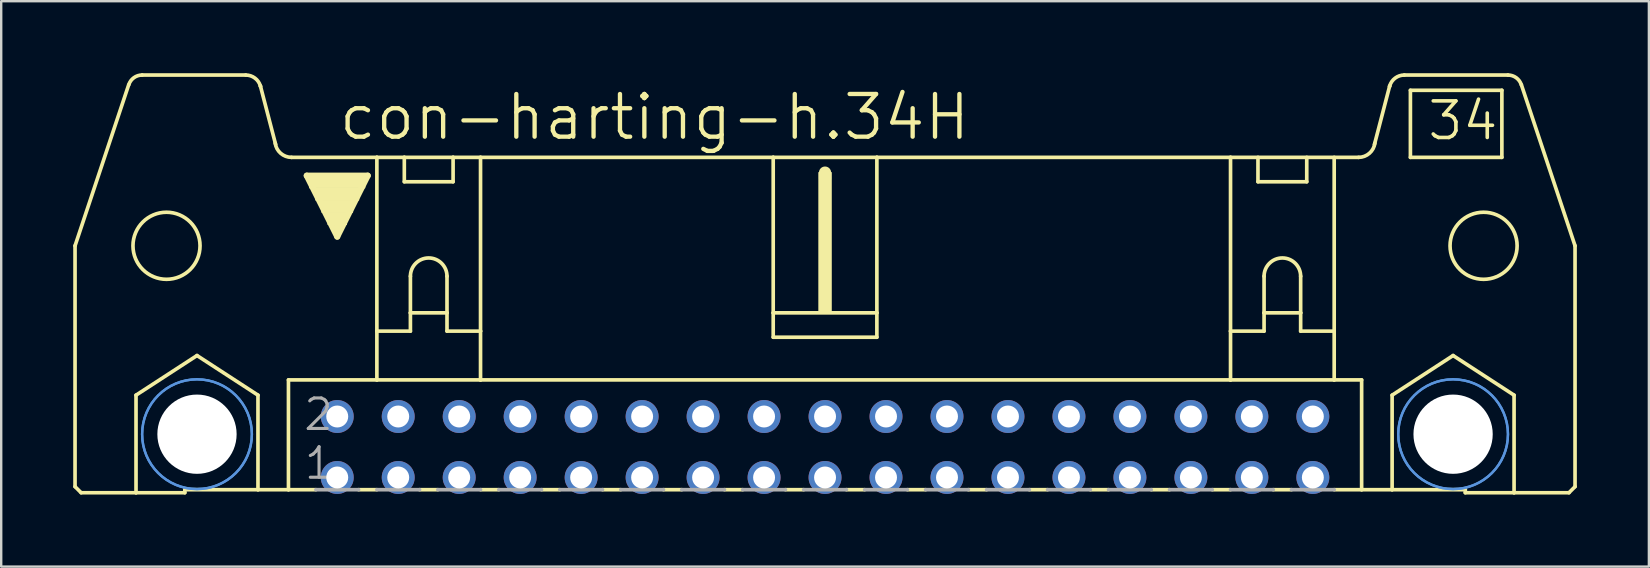
<source format=kicad_pcb>
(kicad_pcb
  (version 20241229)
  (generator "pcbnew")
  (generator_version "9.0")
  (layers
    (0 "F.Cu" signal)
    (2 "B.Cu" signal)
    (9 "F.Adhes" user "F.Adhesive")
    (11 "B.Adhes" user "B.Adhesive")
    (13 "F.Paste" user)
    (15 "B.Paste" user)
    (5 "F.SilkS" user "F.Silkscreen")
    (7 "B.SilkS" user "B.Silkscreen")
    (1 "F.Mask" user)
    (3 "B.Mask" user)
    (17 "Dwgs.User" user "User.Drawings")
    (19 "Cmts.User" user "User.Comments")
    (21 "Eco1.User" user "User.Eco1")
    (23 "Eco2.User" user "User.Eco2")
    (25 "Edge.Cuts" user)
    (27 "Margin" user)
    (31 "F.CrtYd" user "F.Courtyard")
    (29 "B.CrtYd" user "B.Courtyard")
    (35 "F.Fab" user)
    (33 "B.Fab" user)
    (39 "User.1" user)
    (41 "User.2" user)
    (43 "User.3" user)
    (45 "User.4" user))
  (footprint "con-harting-h.34H"
    (layer "F.Cu")
    (at 31.318 15.57)
    (property "Reference" "con-harting-h.34H" (at -20.345 -12.7 0) (layer "F.SilkS") (effects (font (size 1.778 1.778) (thickness 0.18)) (justify left bottom)))
    (attr through_hole)
    (fp_line (start -31.242 1.651) (end -31.242 -8.382) (stroke (width 0.152) (type default)) (layer "F.SilkS"))
    (fp_line (start -31.242 1.651) (end -30.988 1.905) (stroke (width 0.152) (type default)) (layer "F.SilkS"))
    (fp_line (start -30.988 1.905) (end -28.702 1.905) (stroke (width 0.152) (type default)) (layer "F.SilkS"))
    (fp_line (start -29.007 -15.088) (end -31.242 -8.382) (stroke (width 0.152) (type default)) (layer "F.SilkS"))
    (fp_line (start -28.702 -2.159) (end -26.162 -3.81) (stroke (width 0.152) (type default)) (layer "F.SilkS"))
    (fp_line (start -28.702 1.905) (end -28.702 -2.159) (stroke (width 0.152) (type default)) (layer "F.SilkS"))
    (fp_line (start -28.702 1.905) (end -26.67 1.905) (stroke (width 0.152) (type default)) (layer "F.SilkS"))
    (fp_line (start -26.67 1.778) (end -26.67 1.905) (stroke (width 0.152) (type default)) (layer "F.SilkS"))
    (fp_line (start -26.67 1.778) (end -23.622 1.778) (stroke (width 0.152) (type default)) (layer "F.SilkS"))
    (fp_line (start -26.162 -3.81) (end -23.622 -2.159) (stroke (width 0.152) (type default)) (layer "F.SilkS"))
    (fp_line (start -24.13 -15.494) (end -28.448 -15.494) (stroke (width 0.152) (type default)) (layer "F.SilkS"))
    (fp_line (start -23.622 1.778) (end -23.622 -2.159) (stroke (width 0.152) (type default)) (layer "F.SilkS"))
    (fp_line (start -23.622 1.778) (end -22.352 1.778) (stroke (width 0.152) (type default)) (layer "F.SilkS"))
    (fp_line (start -22.885 -12.598) (end -23.52 -15.037) (stroke (width 0.152) (type default)) (layer "F.SilkS"))
    (fp_line (start -22.352 -2.794) (end -22.352 1.778) (stroke (width 0.152) (type default)) (layer "F.SilkS"))
    (fp_line (start -22.352 1.778) (end -21.209 1.778) (stroke (width 0.152) (type default)) (layer "F.SilkS"))
    (fp_line (start -22.225 -12.065) (end -18.669 -12.065) (stroke (width 0.152) (type default)) (layer "F.SilkS"))
    (fp_line (start -21.59 -11.303) (end -19.05 -11.303) (stroke (width 0.254) (type default)) (layer "F.SilkS"))
    (fp_line (start -20.32 -8.763) (end -21.59 -11.303) (stroke (width 0.254) (type default)) (layer "F.SilkS"))
    (fp_line (start -19.431 1.778) (end -18.669 1.778) (stroke (width 0.152) (type default)) (layer "F.SilkS"))
    (fp_line (start -19.05 -11.303) (end -20.32 -8.763) (stroke (width 0.254) (type default)) (layer "F.SilkS"))
    (fp_line (start -18.669 -12.065) (end -17.526 -12.065) (stroke (width 0.152) (type default)) (layer "F.SilkS"))
    (fp_line (start -18.669 -4.826) (end -18.669 -12.065) (stroke (width 0.152) (type default)) (layer "F.SilkS"))
    (fp_line (start -18.669 -4.826) (end -18.669 -2.794) (stroke (width 0.152) (type default)) (layer "F.SilkS"))
    (fp_line (start -18.669 -4.826) (end -17.272 -4.826) (stroke (width 0.152) (type default)) (layer "F.SilkS"))
    (fp_line (start -18.669 -2.794) (end -22.352 -2.794) (stroke (width 0.152) (type default)) (layer "F.SilkS"))
    (fp_line (start -17.526 -12.065) (end -15.494 -12.065) (stroke (width 0.152) (type default)) (layer "F.SilkS"))
    (fp_line (start -17.526 -11.049) (end -17.526 -12.065) (stroke (width 0.152) (type default)) (layer "F.SilkS"))
    (fp_line (start -17.526 -11.049) (end -15.494 -11.049) (stroke (width 0.152) (type default)) (layer "F.SilkS"))
    (fp_line (start -17.272 -7.112) (end -17.272 -5.588) (stroke (width 0.152) (type default)) (layer "F.SilkS"))
    (fp_line (start -17.272 -5.588) (end -17.272 -4.826) (stroke (width 0.152) (type default)) (layer "F.SilkS"))
    (fp_line (start -17.272 -5.588) (end -15.748 -5.588) (stroke (width 0.152) (type default)) (layer "F.SilkS"))
    (fp_line (start -16.891 1.778) (end -16.129 1.778) (stroke (width 0.152) (type default)) (layer "F.SilkS"))
    (fp_line (start -15.748 -7.112) (end -15.748 -5.588) (stroke (width 0.152) (type default)) (layer "F.SilkS"))
    (fp_line (start -15.748 -5.588) (end -15.748 -4.826) (stroke (width 0.152) (type default)) (layer "F.SilkS"))
    (fp_line (start -15.748 -4.826) (end -14.351 -4.826) (stroke (width 0.152) (type default)) (layer "F.SilkS"))
    (fp_line (start -15.494 -12.065) (end -15.494 -11.049) (stroke (width 0.152) (type default)) (layer "F.SilkS"))
    (fp_line (start -15.494 -12.065) (end -14.351 -12.065) (stroke (width 0.152) (type default)) (layer "F.SilkS"))
    (fp_line (start -14.351 -12.065) (end -2.159 -12.065) (stroke (width 0.152) (type default)) (layer "F.SilkS"))
    (fp_line (start -14.351 -4.826) (end -14.351 -12.065) (stroke (width 0.152) (type default)) (layer "F.SilkS"))
    (fp_line (start -14.351 -4.826) (end -14.351 -2.794) (stroke (width 0.152) (type default)) (layer "F.SilkS"))
    (fp_line (start -14.351 -2.794) (end -18.669 -2.794) (stroke (width 0.152) (type default)) (layer "F.SilkS"))
    (fp_line (start -14.351 1.778) (end -13.589 1.778) (stroke (width 0.152) (type default)) (layer "F.SilkS"))
    (fp_line (start -11.811 1.778) (end -11.049 1.778) (stroke (width 0.152) (type default)) (layer "F.SilkS"))
    (fp_line (start -9.271 1.778) (end -8.509 1.778) (stroke (width 0.152) (type default)) (layer "F.SilkS"))
    (fp_line (start -6.731 1.778) (end -5.969 1.778) (stroke (width 0.152) (type default)) (layer "F.SilkS"))
    (fp_line (start -4.191 1.778) (end -3.429 1.778) (stroke (width 0.152) (type default)) (layer "F.SilkS"))
    (fp_line (start -2.159 -12.065) (end -2.159 -5.588) (stroke (width 0.152) (type default)) (layer "F.SilkS"))
    (fp_line (start -2.159 -12.065) (end 2.159 -12.065) (stroke (width 0.152) (type default)) (layer "F.SilkS"))
    (fp_line (start -2.159 -5.588) (end -2.159 -4.572) (stroke (width 0.152) (type default)) (layer "F.SilkS"))
    (fp_line (start -1.651 1.778) (end -0.889 1.778) (stroke (width 0.152) (type default)) (layer "F.SilkS"))
    (fp_line (start 0 -11.176) (end 0 -11.43) (stroke (width 0.508) (type default)) (layer "F.SilkS"))
    (fp_line (start 0.889 1.778) (end 1.651 1.778) (stroke (width 0.152) (type default)) (layer "F.SilkS"))
    (fp_line (start 2.159 -12.065) (end 2.159 -5.588) (stroke (width 0.152) (type default)) (layer "F.SilkS"))
    (fp_line (start 2.159 -12.065) (end 16.891 -12.065) (stroke (width 0.152) (type default)) (layer "F.SilkS"))
    (fp_line (start 2.159 -5.588) (end -2.159 -5.588) (stroke (width 0.152) (type default)) (layer "F.SilkS"))
    (fp_line (start 2.159 -5.588) (end 2.159 -4.572) (stroke (width 0.152) (type default)) (layer "F.SilkS"))
    (fp_line (start 2.159 -4.572) (end -2.159 -4.572) (stroke (width 0.152) (type default)) (layer "F.SilkS"))
    (fp_line (start 3.429 1.778) (end 4.191 1.778) (stroke (width 0.152) (type default)) (layer "F.SilkS"))
    (fp_line (start 5.969 1.778) (end 6.731 1.778) (stroke (width 0.152) (type default)) (layer "F.SilkS"))
    (fp_line (start 8.509 1.778) (end 9.271 1.778) (stroke (width 0.152) (type default)) (layer "F.SilkS"))
    (fp_line (start 11.049 1.778) (end 11.811 1.778) (stroke (width 0.152) (type default)) (layer "F.SilkS"))
    (fp_line (start 13.589 1.778) (end 14.351 1.778) (stroke (width 0.152) (type default)) (layer "F.SilkS"))
    (fp_line (start 16.129 1.778) (end 16.891 1.778) (stroke (width 0.152) (type default)) (layer "F.SilkS"))
    (fp_line (start 16.891 -12.065) (end 22.225 -12.065) (stroke (width 0.152) (type default)) (layer "F.SilkS"))
    (fp_line (start 16.891 -4.826) (end 16.891 -12.065) (stroke (width 0.152) (type default)) (layer "F.SilkS"))
    (fp_line (start 16.891 -4.826) (end 16.891 -2.794) (stroke (width 0.152) (type default)) (layer "F.SilkS"))
    (fp_line (start 16.891 -4.826) (end 18.288 -4.826) (stroke (width 0.152) (type default)) (layer "F.SilkS"))
    (fp_line (start 16.891 -2.794) (end -14.351 -2.794) (stroke (width 0.152) (type default)) (layer "F.SilkS"))
    (fp_line (start 18.034 -11.049) (end 18.034 -12.065) (stroke (width 0.152) (type default)) (layer "F.SilkS"))
    (fp_line (start 18.034 -11.049) (end 20.066 -11.049) (stroke (width 0.152) (type default)) (layer "F.SilkS"))
    (fp_line (start 18.288 -7.112) (end 18.288 -5.588) (stroke (width 0.152) (type default)) (layer "F.SilkS"))
    (fp_line (start 18.288 -5.588) (end 18.288 -4.826) (stroke (width 0.152) (type default)) (layer "F.SilkS"))
    (fp_line (start 18.288 -5.588) (end 19.812 -5.588) (stroke (width 0.152) (type default)) (layer "F.SilkS"))
    (fp_line (start 18.669 1.778) (end 19.431 1.778) (stroke (width 0.152) (type default)) (layer "F.SilkS"))
    (fp_line (start 19.812 -7.112) (end 19.812 -5.588) (stroke (width 0.152) (type default)) (layer "F.SilkS"))
    (fp_line (start 19.812 -5.588) (end 19.812 -4.826) (stroke (width 0.152) (type default)) (layer "F.SilkS"))
    (fp_line (start 19.812 -4.826) (end 21.209 -4.826) (stroke (width 0.152) (type default)) (layer "F.SilkS"))
    (fp_line (start 20.066 -12.065) (end 20.066 -11.049) (stroke (width 0.152) (type default)) (layer "F.SilkS"))
    (fp_line (start 21.209 -4.826) (end 21.209 -12.065) (stroke (width 0.152) (type default)) (layer "F.SilkS"))
    (fp_line (start 21.209 -4.826) (end 21.209 -2.794) (stroke (width 0.152) (type default)) (layer "F.SilkS"))
    (fp_line (start 21.209 -2.794) (end 16.891 -2.794) (stroke (width 0.152) (type default)) (layer "F.SilkS"))
    (fp_line (start 22.352 -2.794) (end 21.209 -2.794) (stroke (width 0.152) (type default)) (layer "F.SilkS"))
    (fp_line (start 22.352 -2.794) (end 22.352 1.778) (stroke (width 0.152) (type default)) (layer "F.SilkS"))
    (fp_line (start 22.352 1.778) (end 21.209 1.778) (stroke (width 0.152) (type default)) (layer "F.SilkS"))
    (fp_line (start 22.885 -12.598) (end 23.52 -15.037) (stroke (width 0.152) (type default)) (layer "F.SilkS"))
    (fp_line (start 23.622 -2.159) (end 26.162 -3.81) (stroke (width 0.152) (type default)) (layer "F.SilkS"))
    (fp_line (start 23.622 1.778) (end 22.352 1.778) (stroke (width 0.152) (type default)) (layer "F.SilkS"))
    (fp_line (start 23.622 1.778) (end 23.622 -2.159) (stroke (width 0.152) (type default)) (layer "F.SilkS"))
    (fp_line (start 24.13 -15.494) (end 28.448 -15.494) (stroke (width 0.152) (type default)) (layer "F.SilkS"))
    (fp_line (start 24.384 -14.859) (end 24.384 -12.065) (stroke (width 0.152) (type default)) (layer "F.SilkS"))
    (fp_line (start 24.384 -12.065) (end 28.194 -12.065) (stroke (width 0.152) (type default)) (layer "F.SilkS"))
    (fp_line (start 26.162 -3.81) (end 28.702 -2.159) (stroke (width 0.152) (type default)) (layer "F.SilkS"))
    (fp_line (start 26.67 1.778) (end 23.622 1.778) (stroke (width 0.152) (type default)) (layer "F.SilkS"))
    (fp_line (start 26.67 1.778) (end 26.67 1.905) (stroke (width 0.152) (type default)) (layer "F.SilkS"))
    (fp_line (start 28.194 -14.859) (end 24.384 -14.859) (stroke (width 0.152) (type default)) (layer "F.SilkS"))
    (fp_line (start 28.194 -14.859) (end 28.194 -12.065) (stroke (width 0.152) (type default)) (layer "F.SilkS"))
    (fp_line (start 28.702 1.905) (end 26.67 1.905) (stroke (width 0.152) (type default)) (layer "F.SilkS"))
    (fp_line (start 28.702 1.905) (end 28.702 -2.159) (stroke (width 0.152) (type default)) (layer "F.SilkS"))
    (fp_line (start 29.007 -15.088) (end 31.242 -8.382) (stroke (width 0.152) (type default)) (layer "F.SilkS"))
    (fp_line (start 30.988 1.905) (end 28.702 1.905) (stroke (width 0.152) (type default)) (layer "F.SilkS"))
    (fp_line (start 31.242 1.651) (end 30.988 1.905) (stroke (width 0.152) (type default)) (layer "F.SilkS"))
    (fp_line (start 31.242 1.651) (end 31.242 -8.382) (stroke (width 0.152) (type default)) (layer "F.SilkS"))
    (fp_rect (start -21.463 -10.795) (end -19.177 -11.303) (stroke (width 0.05) (type default)) (fill yes) (layer "F.SilkS"))
    (fp_rect (start -21.209 -10.287) (end -19.431 -10.795) (stroke (width 0.05) (type default)) (fill yes) (layer "F.SilkS"))
    (fp_rect (start -20.955 -9.779) (end -19.685 -10.287) (stroke (width 0.05) (type default)) (fill yes) (layer "F.SilkS"))
    (fp_rect (start -20.701 -9.271) (end -19.939 -9.779) (stroke (width 0.05) (type default)) (fill yes) (layer "F.SilkS"))
    (fp_rect (start -20.447 -9.017) (end -20.193 -9.271) (stroke (width 0.05) (type default)) (fill yes) (layer "F.SilkS"))
    (fp_rect (start -0.254 -5.588) (end 0.254 -11.43) (stroke (width 0.05) (type default)) (fill yes) (layer "F.SilkS"))
    (fp_arc (start -29.0044 -15.0878) (mid -28.792454 -15.38168) (end -28.448 -15.4941) (stroke (width 0.1524) (type default)) (layer "F.SilkS"))
    (fp_arc (start -24.13 -15.494) (mid -23.749 -15.367) (end -23.5204 -15.0368) (stroke (width 0.1524) (type default)) (layer "F.SilkS"))
    (fp_arc (start -23.5204 -15.0368) (mid -23.517084 -15.024931) (end -23.514 -15.013) (stroke (width 0.1524) (type default)) (layer "F.SilkS"))
    (fp_arc (start -22.225 -12.065) (mid -22.676774 -12.234824) (end -22.9048 -12.6602) (stroke (width 0.1524) (type default)) (layer "F.SilkS"))
    (fp_arc (start -17.272 -7.112) (mid -16.51 -7.874) (end -15.748 -7.112) (stroke (width 0.1524) (type default)) (layer "F.SilkS"))
    (fp_arc (start 18.288 -7.112) (mid 19.05 -7.874) (end 19.812 -7.112) (stroke (width 0.1524) (type default)) (layer "F.SilkS"))
    (fp_arc (start 22.9048 -12.6602) (mid 22.676774 -12.234824) (end 22.225 -12.065) (stroke (width 0.1524) (type default)) (layer "F.SilkS"))
    (fp_arc (start 23.514 -15.013) (mid 23.517084 -15.024931) (end 23.5204 -15.0368) (stroke (width 0.1524) (type default)) (layer "F.SilkS"))
    (fp_arc (start 23.5204 -15.0368) (mid 23.749 -15.367) (end 24.13 -15.494) (stroke (width 0.1524) (type default)) (layer "F.SilkS"))
    (fp_arc (start 28.448 -15.494) (mid 28.792385 -15.38161) (end 29.0043 -15.0878) (stroke (width 0.1524) (type default)) (layer "F.SilkS"))
    (fp_circle (center -27.432 -8.382) (end -26.035 -8.382) (stroke (width 0.152) (type default)) (fill no) (layer "F.SilkS"))
    (fp_circle (center -26.162 -0.533) (end -24.841 -0.533) (stroke (width 0.152) (type default)) (fill no) (layer "F.SilkS"))
    (fp_circle (center 26.162 -0.533) (end 27.483 -0.533) (stroke (width 0.152) (type default)) (fill no) (layer "F.SilkS"))
    (fp_circle (center 27.432 -8.382) (end 28.829 -8.382) (stroke (width 0.152) (type default)) (fill no) (layer "F.SilkS"))
    (fp_circle (center -26.162 -0.533) (end -23.876 -0.533) (stroke (width 0.1) (type default)) (fill no) (layer "Cmts.User"))
    (fp_circle (center -26.162 -0.533) (end -23.876 -0.533) (stroke (width 0.1) (type default)) (fill no) (layer "Cmts.User"))
    (fp_circle (center 26.162 -0.533) (end 28.448 -0.533) (stroke (width 0.1) (type default)) (fill no) (layer "Cmts.User"))
    (fp_circle (center 26.162 -0.533) (end 28.448 -0.533) (stroke (width 0.1) (type default)) (fill no) (layer "Cmts.User"))
    (fp_line (start -21.209 1.778) (end -19.431 1.778) (stroke (width 0.152) (type default)) (layer "F.Fab"))
    (fp_line (start -18.669 1.778) (end -16.891 1.778) (stroke (width 0.152) (type default)) (layer "F.Fab"))
    (fp_line (start -16.129 1.778) (end -14.351 1.778) (stroke (width 0.152) (type default)) (layer "F.Fab"))
    (fp_line (start -13.589 1.778) (end -11.811 1.778) (stroke (width 0.152) (type default)) (layer "F.Fab"))
    (fp_line (start -11.049 1.778) (end -9.271 1.778) (stroke (width 0.152) (type default)) (layer "F.Fab"))
    (fp_line (start -8.509 1.778) (end -6.731 1.778) (stroke (width 0.152) (type default)) (layer "F.Fab"))
    (fp_line (start -5.969 1.778) (end -4.191 1.778) (stroke (width 0.152) (type default)) (layer "F.Fab"))
    (fp_line (start -3.429 1.778) (end -1.651 1.778) (stroke (width 0.152) (type default)) (layer "F.Fab"))
    (fp_line (start -0.889 1.778) (end 0.889 1.778) (stroke (width 0.152) (type default)) (layer "F.Fab"))
    (fp_line (start 1.651 1.778) (end 3.429 1.778) (stroke (width 0.152) (type default)) (layer "F.Fab"))
    (fp_line (start 4.191 1.778) (end 5.969 1.778) (stroke (width 0.152) (type default)) (layer "F.Fab"))
    (fp_line (start 6.731 1.778) (end 8.509 1.778) (stroke (width 0.152) (type default)) (layer "F.Fab"))
    (fp_line (start 9.271 1.778) (end 11.049 1.778) (stroke (width 0.152) (type default)) (layer "F.Fab"))
    (fp_line (start 11.811 1.778) (end 13.589 1.778) (stroke (width 0.152) (type default)) (layer "F.Fab"))
    (fp_line (start 16.129 1.778) (end 14.351 1.778) (stroke (width 0.152) (type default)) (layer "F.Fab"))
    (fp_line (start 18.669 1.778) (end 16.891 1.778) (stroke (width 0.152) (type default)) (layer "F.Fab"))
    (fp_line (start 21.209 1.778) (end 19.431 1.778) (stroke (width 0.152) (type default)) (layer "F.Fab"))
    (fp_text user "34" (at 25.019 -12.7 0) (layer "F.SilkS") (effects (font (size 1.524 1.524) (thickness 0.15)) (justify left bottom)))
    (fp_text user "1" (at -21.768 1.422 0) (layer "F.Fab") (effects (font (size 1.27 1.27) (thickness 0.13)) (justify left bottom)))
    (fp_text user "2" (at -21.793 -0.61 0) (layer "F.Fab") (effects (font (size 1.27 1.27) (thickness 0.13)) (justify left bottom)))
    (pad "" np_thru_hole circle (at -26.162 -0.533) (size 3.302 3.302) (drill 3.302) (layers "*.Cu" "*.Mask"))
    (pad "" np_thru_hole circle (at 26.162 -0.533) (size 3.302 3.302) (drill 3.302) (layers "*.Cu" "*.Mask"))
    (pad "1" thru_hole circle (at -20.32 1.27) (size 1.372 1.372) (drill 0.914) (layers "*.Cu" "*.Mask"))
    (pad "2" thru_hole circle (at -20.32 -1.27) (size 1.372 1.372) (drill 0.914) (layers "*.Cu" "*.Mask"))
    (pad "3" thru_hole circle (at -17.78 1.27) (size 1.372 1.372) (drill 0.914) (layers "*.Cu" "*.Mask"))
    (pad "4" thru_hole circle (at -17.78 -1.27) (size 1.372 1.372) (drill 0.914) (layers "*.Cu" "*.Mask"))
    (pad "5" thru_hole circle (at -15.24 1.27) (size 1.372 1.372) (drill 0.914) (layers "*.Cu" "*.Mask"))
    (pad "6" thru_hole circle (at -15.24 -1.27) (size 1.372 1.372) (drill 0.914) (layers "*.Cu" "*.Mask"))
    (pad "7" thru_hole circle (at -12.7 1.27) (size 1.372 1.372) (drill 0.914) (layers "*.Cu" "*.Mask"))
    (pad "8" thru_hole circle (at -12.7 -1.27) (size 1.372 1.372) (drill 0.914) (layers "*.Cu" "*.Mask"))
    (pad "9" thru_hole circle (at -10.16 1.27) (size 1.372 1.372) (drill 0.914) (layers "*.Cu" "*.Mask"))
    (pad "10" thru_hole circle (at -10.16 -1.27) (size 1.372 1.372) (drill 0.914) (layers "*.Cu" "*.Mask"))
    (pad "11" thru_hole circle (at -7.62 1.27) (size 1.372 1.372) (drill 0.914) (layers "*.Cu" "*.Mask"))
    (pad "12" thru_hole circle (at -7.62 -1.27) (size 1.372 1.372) (drill 0.914) (layers "*.Cu" "*.Mask"))
    (pad "13" thru_hole circle (at -5.08 1.27) (size 1.372 1.372) (drill 0.914) (layers "*.Cu" "*.Mask"))
    (pad "14" thru_hole circle (at -5.08 -1.27) (size 1.372 1.372) (drill 0.914) (layers "*.Cu" "*.Mask"))
    (pad "15" thru_hole circle (at -2.54 1.27) (size 1.372 1.372) (drill 0.914) (layers "*.Cu" "*.Mask"))
    (pad "16" thru_hole circle (at -2.54 -1.27) (size 1.372 1.372) (drill 0.914) (layers "*.Cu" "*.Mask"))
    (pad "17" thru_hole circle (at 0 1.27) (size 1.372 1.372) (drill 0.914) (layers "*.Cu" "*.Mask"))
    (pad "18" thru_hole circle (at 0 -1.27) (size 1.372 1.372) (drill 0.914) (layers "*.Cu" "*.Mask"))
    (pad "19" thru_hole circle (at 2.54 1.27) (size 1.372 1.372) (drill 0.914) (layers "*.Cu" "*.Mask"))
    (pad "20" thru_hole circle (at 2.54 -1.27) (size 1.372 1.372) (drill 0.914) (layers "*.Cu" "*.Mask"))
    (pad "21" thru_hole circle (at 5.08 1.27) (size 1.372 1.372) (drill 0.914) (layers "*.Cu" "*.Mask"))
    (pad "22" thru_hole circle (at 5.08 -1.27) (size 1.372 1.372) (drill 0.914) (layers "*.Cu" "*.Mask"))
    (pad "23" thru_hole circle (at 7.62 1.27) (size 1.372 1.372) (drill 0.914) (layers "*.Cu" "*.Mask"))
    (pad "24" thru_hole circle (at 7.62 -1.27) (size 1.372 1.372) (drill 0.914) (layers "*.Cu" "*.Mask"))
    (pad "25" thru_hole circle (at 10.16 1.27) (size 1.372 1.372) (drill 0.914) (layers "*.Cu" "*.Mask"))
    (pad "26" thru_hole circle (at 10.16 -1.27) (size 1.372 1.372) (drill 0.914) (layers "*.Cu" "*.Mask"))
    (pad "27" thru_hole circle (at 12.7 1.27) (size 1.372 1.372) (drill 0.914) (layers "*.Cu" "*.Mask"))
    (pad "28" thru_hole circle (at 12.7 -1.27) (size 1.372 1.372) (drill 0.914) (layers "*.Cu" "*.Mask"))
    (pad "29" thru_hole circle (at 15.24 1.27) (size 1.372 1.372) (drill 0.914) (layers "*.Cu" "*.Mask"))
    (pad "30" thru_hole circle (at 15.24 -1.27) (size 1.372 1.372) (drill 0.914) (layers "*.Cu" "*.Mask"))
    (pad "31" thru_hole circle (at 17.78 1.27) (size 1.372 1.372) (drill 0.914) (layers "*.Cu" "*.Mask"))
    (pad "32" thru_hole circle (at 17.78 -1.27) (size 1.372 1.372) (drill 0.914) (layers "*.Cu" "*.Mask"))
    (pad "33" thru_hole circle (at 20.32 1.27) (size 1.372 1.372) (drill 0.914) (layers "*.Cu" "*.Mask"))
    (pad "34" thru_hole circle (at 20.32 -1.27) (size 1.372 1.372) (drill 0.914) (layers "*.Cu" "*.Mask")))
  (gr_rect
    (start -3 -3)
    (end 65.636 20.552)
    (stroke (width 0.1) (type default))
    (fill no)
    (layer "Edge.Cuts")))
</source>
